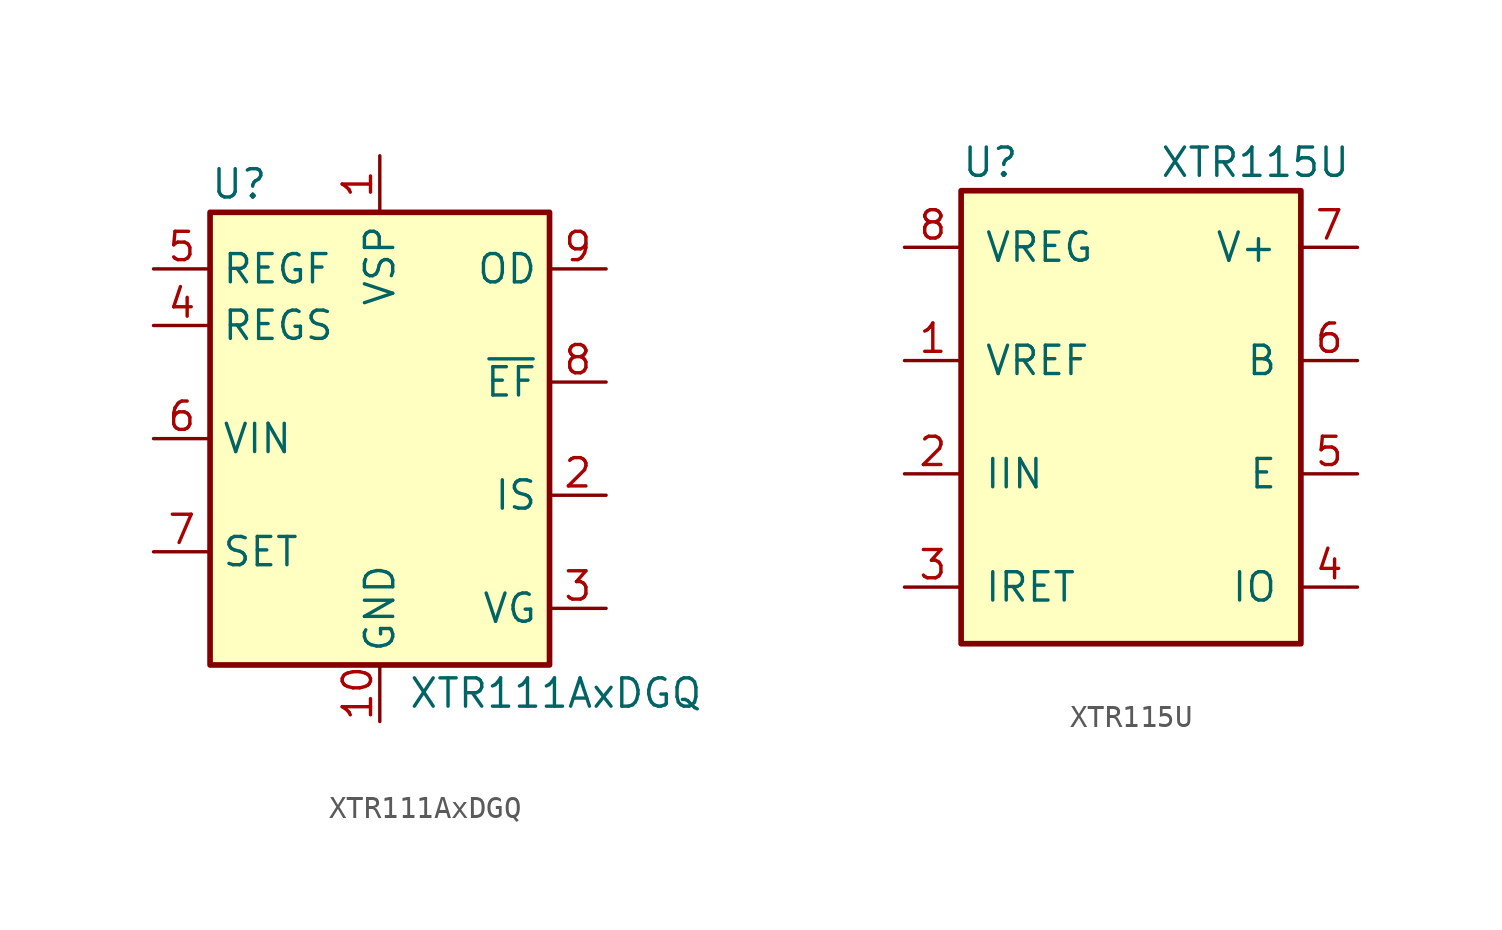
<source format=kicad_sym>
(kicad_symbol_lib
  (version 20211014)
  (generator kicad_symbol_editor)
  (symbol "XTR111AxDGQ"
    (property "Reference" "U"
      (at -7.62 11.43 0)
      (effects (font (size 1.27 1.27)) (justify left)))
    (property "Value" "XTR111AxDGQ"
      (at 1.27 -11.43 0)
      (effects (font (size 1.27 1.27)) (justify left)))
    (symbol "XTR111AxDGQ_0_1"
      (rectangle (start -7.62 10.16) (end 7.62 -10.16) (stroke (width 0.254) (type default) (color 0 0 0 0)) (fill (type background))))
    (symbol "XTR111AxDGQ_1_1"
      (pin power_in line (at 0 12.7 270) (length 2.54) (name "VSP" (effects (font (size 1.27 1.27)))) (number "1" (effects (font (size 1.27 1.27)))))
      (pin power_in line (at 0 -12.7 90) (length 2.54) (name "GND" (effects (font (size 1.27 1.27)))) (number "10" (effects (font (size 1.27 1.27)))))
      (pin power_in line (at 0 -12.7 90) (length 2.54) hide (name "GND" (effects (font (size 1.27 1.27)))) (number "11" (effects (font (size 1.27 1.27)))))
      (pin output line (at 10.16 -2.54 180) (length 2.54) (name "IS" (effects (font (size 1.27 1.27)))) (number "2" (effects (font (size 1.27 1.27)))))
      (pin output line (at 10.16 -7.62 180) (length 2.54) (name "VG" (effects (font (size 1.27 1.27)))) (number "3" (effects (font (size 1.27 1.27)))))
      (pin input line (at -10.16 5.08 0) (length 2.54) (name "REGS" (effects (font (size 1.27 1.27)))) (number "4" (effects (font (size 1.27 1.27)))))
      (pin output line (at -10.16 7.62 0) (length 2.54) (name "REGF" (effects (font (size 1.27 1.27)))) (number "5" (effects (font (size 1.27 1.27)))))
      (pin input line (at -10.16 0 0) (length 2.54) (name "VIN" (effects (font (size 1.27 1.27)))) (number "6" (effects (font (size 1.27 1.27)))))
      (pin passive line (at -10.16 -5.08 0) (length 2.54) (name "SET" (effects (font (size 1.27 1.27)))) (number "7" (effects (font (size 1.27 1.27)))))
      (pin open_collector line (at 10.16 2.54 180) (length 2.54) (name "~{EF}" (effects (font (size 1.27 1.27)))) (number "8" (effects (font (size 1.27 1.27)))))
      (pin input line (at 10.16 7.62 180) (length 2.54) (name "OD" (effects (font (size 1.27 1.27)))) (number "9" (effects (font (size 1.27 1.27)))))))
  (symbol "XTR115U"
    (pin_names
      (offset 1.016))
    (property "Reference" "U"
      (at -7.62 13.97 0)
      (effects (font (size 1.27 1.27)) (justify left)))
    (property "Value" "XTR115U"
      (at 1.27 13.97 0)
      (effects (font (size 1.27 1.27)) (justify left)))
    (symbol "XTR115U_0_1"
      (rectangle (start -7.62 12.7) (end 7.62 -7.62) (stroke (width 0.254) (type default) (color 0 0 0 0)) (fill (type background))))
    (symbol "XTR115U_1_1"
      (pin output line (at -10.16 5.08 0) (length 2.54) (name "VREF" (effects (font (size 1.27 1.27)))) (number "1" (effects (font (size 1.27 1.27)))))
      (pin input line (at -10.16 0 0) (length 2.54) (name "IIN" (effects (font (size 1.27 1.27)))) (number "2" (effects (font (size 1.27 1.27)))))
      (pin input line (at -10.16 -5.08 0) (length 2.54) (name "IRET" (effects (font (size 1.27 1.27)))) (number "3" (effects (font (size 1.27 1.27)))))
      (pin passive line (at 10.16 -5.08 180) (length 2.54) (name "IO" (effects (font (size 1.27 1.27)))) (number "4" (effects (font (size 1.27 1.27)))))
      (pin passive line (at 10.16 0 180) (length 2.54) (name "E" (effects (font (size 1.27 1.27)))) (number "5" (effects (font (size 1.27 1.27)))))
      (pin output line (at 10.16 5.08 180) (length 2.54) (name "B" (effects (font (size 1.27 1.27)))) (number "6" (effects (font (size 1.27 1.27)))))
      (pin output line (at 10.16 10.16 180) (length 2.54) (name "V+" (effects (font (size 1.27 1.27)))) (number "7" (effects (font (size 1.27 1.27)))))
      (pin output line (at -10.16 10.16 0) (length 2.54) (name "VREG" (effects (font (size 1.27 1.27)))) (number "8" (effects (font (size 1.27 1.27))))))))
</source>
